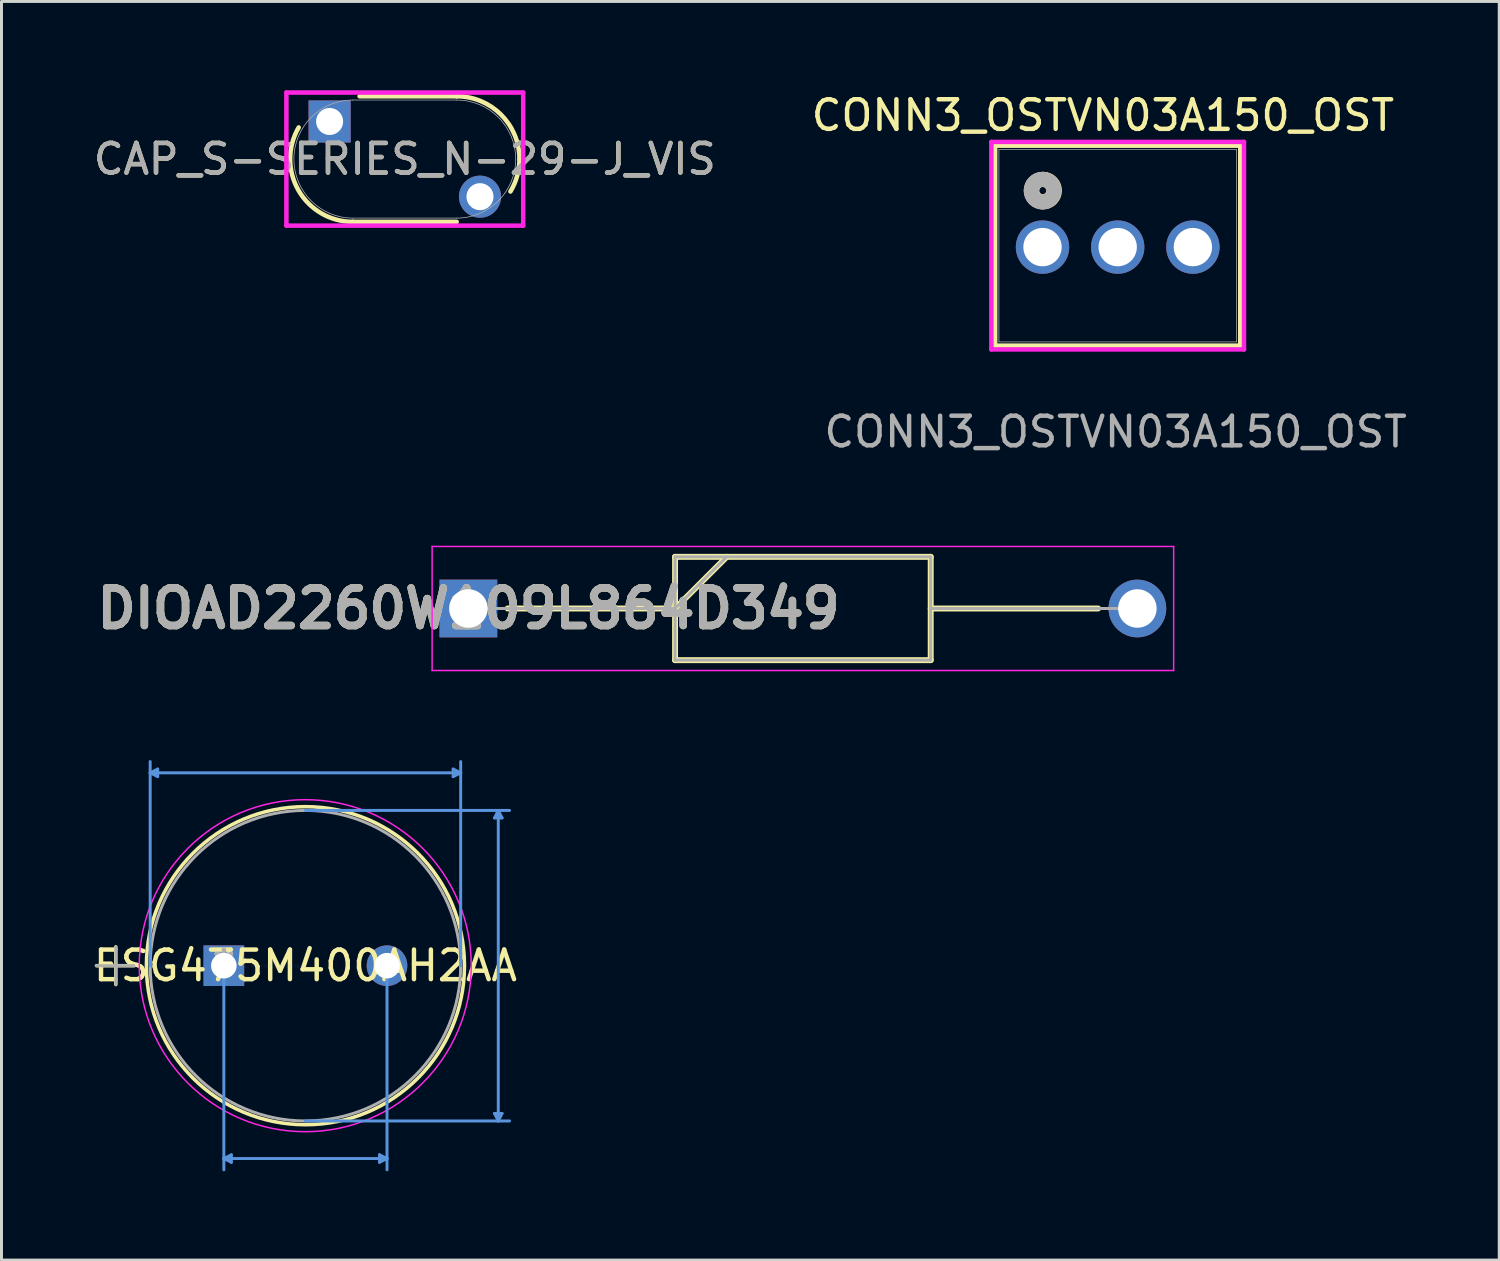
<source format=kicad_pcb>
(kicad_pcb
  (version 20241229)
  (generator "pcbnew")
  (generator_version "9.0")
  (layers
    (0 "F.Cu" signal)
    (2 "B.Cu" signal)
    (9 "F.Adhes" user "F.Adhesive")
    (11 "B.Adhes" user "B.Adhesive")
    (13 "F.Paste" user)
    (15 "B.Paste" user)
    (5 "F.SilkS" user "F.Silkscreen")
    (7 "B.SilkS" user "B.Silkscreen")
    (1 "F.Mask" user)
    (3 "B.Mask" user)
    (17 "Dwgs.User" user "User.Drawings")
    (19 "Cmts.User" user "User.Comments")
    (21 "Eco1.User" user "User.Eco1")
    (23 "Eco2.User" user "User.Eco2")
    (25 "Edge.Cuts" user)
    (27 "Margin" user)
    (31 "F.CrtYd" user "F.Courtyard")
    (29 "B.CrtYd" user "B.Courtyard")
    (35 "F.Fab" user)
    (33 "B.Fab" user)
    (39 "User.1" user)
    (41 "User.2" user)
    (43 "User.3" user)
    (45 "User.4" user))
  (footprint "CAP_S-SERIES_N-29-J_VIS"
    (layer "F.Cu")
    (at 10.625 2.324)
    (property "Reference" "CAP_S-SERIES_N-29-J_VIS" (at 0 0 0) (unlocked yes) (layer "F.SilkS") (effects (font (size 1 1) (thickness 0.15))))
    (attr through_hole)
    (fp_line (start -1.753 2.121) (end 1.753 2.121) (stroke (width 0.152) (type solid)) (layer "F.SilkS"))
    (fp_line (start -1.527 -2.121) (end 1.753 -2.121) (stroke (width 0.152) (type solid)) (layer "F.SilkS"))
    (fp_arc (start -1.7526 2.1209) (mid -3.592042 1.055779) (end -3.58394 -1.069771) (stroke (width 0.1524) (type solid)) (layer "F.SilkS"))
    (fp_arc (start 1.7526 -2.1209) (mid 3.252303 -1.499703) (end 3.8735 0) (stroke (width 0.1524) (type solid)) (layer "F.SilkS"))
    (fp_arc (start 3.8735 0) (mid 3.795989 0.568134) (end 3.569123 1.094742) (stroke (width 0.1524) (type solid)) (layer "F.SilkS"))
    (fp_line (start -4 -2.248) (end 4 -2.248) (stroke (width 0.152) (type solid)) (layer "F.CrtYd"))
    (fp_line (start -4 2.248) (end -4 -2.248) (stroke (width 0.152) (type solid)) (layer "F.CrtYd"))
    (fp_line (start 4 -2.248) (end 4 2.248) (stroke (width 0.152) (type solid)) (layer "F.CrtYd"))
    (fp_line (start 4 2.248) (end -4 2.248) (stroke (width 0.152) (type solid)) (layer "F.CrtYd"))
    (fp_line (start -1.753 -1.994) (end 1.753 -1.994) (stroke (width 0.025) (type solid)) (layer "F.Fab"))
    (fp_line (start -1.753 1.994) (end 1.753 1.994) (stroke (width 0.025) (type solid)) (layer "F.Fab"))
    (fp_arc (start -1.7526 1.9939) (mid -3.7465 0) (end -1.7526 -1.9939) (stroke (width 0.0254) (type solid)) (layer "F.Fab"))
    (fp_arc (start 1.7526 -1.9939) (mid 3.7465 0) (end 1.7526 1.9939) (stroke (width 0.0254) (type solid)) (layer "F.Fab"))
    (fp_text user "${REFERENCE}" (at 0 0 0) (unlocked yes) (layer "F.Fab") (effects (font (size 1 1) (thickness 0.15))))
    (pad "1" thru_hole rect (at -2.54 -1.27) (size 1.422 1.422) (drill 0.914) (layers "*.Cu" "*.Mask"))
    (pad "2" thru_hole circle (at 2.54 1.27) (size 1.422 1.422) (drill 0.914) (layers "*.Cu" "*.Mask")))
  (footprint "ESG475M400AH2AA"
    (layer "F.Cu")
    (at 4.512 29.573)
    (property "Reference" "ESG475M400AH2AA" (at 2.756 0 0) (layer "F.SilkS") (effects (font (size 1 1) (thickness 0.15))))
    (attr through_hole)
    (fp_line (start -4.3 0) (end -3.03 0) (stroke (width 0.12) (type solid)) (layer "F.SilkS"))
    (fp_line (start -3.65 -0.635) (end -3.65 0.635) (stroke (width 0.12) (type solid)) (layer "F.SilkS"))
    (fp_circle (center 2.756 0) (end 8.128 0) (stroke (width 0.12) (type solid)) (fill no) (layer "F.SilkS"))
    (fp_line (start -2.489 -6.515) (end -2.235 -6.642) (stroke (width 0.1) (type solid)) (layer "Cmts.User"))
    (fp_line (start -2.489 -6.515) (end -2.235 -6.388) (stroke (width 0.1) (type solid)) (layer "Cmts.User"))
    (fp_line (start -2.489 -6.515) (end 8.001 -6.515) (stroke (width 0.1) (type solid)) (layer "Cmts.User"))
    (fp_line (start -2.489 0) (end -2.489 -6.896) (stroke (width 0.1) (type solid)) (layer "Cmts.User"))
    (fp_line (start -2.235 -6.642) (end -2.235 -6.388) (stroke (width 0.1) (type solid)) (layer "Cmts.User"))
    (fp_line (start 0 0) (end 0 6.896) (stroke (width 0.1) (type solid)) (layer "Cmts.User"))
    (fp_line (start 0 6.515) (end 0.254 6.388) (stroke (width 0.1) (type solid)) (layer "Cmts.User"))
    (fp_line (start 0 6.515) (end 0.254 6.642) (stroke (width 0.1) (type solid)) (layer "Cmts.User"))
    (fp_line (start 0 6.515) (end 5.512 6.515) (stroke (width 0.1) (type solid)) (layer "Cmts.User"))
    (fp_line (start 0.254 6.388) (end 0.254 6.642) (stroke (width 0.1) (type solid)) (layer "Cmts.User"))
    (fp_line (start 2.756 -5.245) (end 9.652 -5.245) (stroke (width 0.1) (type solid)) (layer "Cmts.User"))
    (fp_line (start 2.756 5.245) (end 9.652 5.245) (stroke (width 0.1) (type solid)) (layer "Cmts.User"))
    (fp_line (start 5.258 6.388) (end 5.258 6.642) (stroke (width 0.1) (type solid)) (layer "Cmts.User"))
    (fp_line (start 5.512 0) (end 5.512 6.896) (stroke (width 0.1) (type solid)) (layer "Cmts.User"))
    (fp_line (start 5.512 6.515) (end 5.258 6.388) (stroke (width 0.1) (type solid)) (layer "Cmts.User"))
    (fp_line (start 5.512 6.515) (end 5.258 6.642) (stroke (width 0.1) (type solid)) (layer "Cmts.User"))
    (fp_line (start 7.747 -6.642) (end 7.747 -6.388) (stroke (width 0.1) (type solid)) (layer "Cmts.User"))
    (fp_line (start 8.001 -6.515) (end 7.747 -6.642) (stroke (width 0.1) (type solid)) (layer "Cmts.User"))
    (fp_line (start 8.001 -6.515) (end 7.747 -6.388) (stroke (width 0.1) (type solid)) (layer "Cmts.User"))
    (fp_line (start 8.001 0) (end 8.001 -6.896) (stroke (width 0.1) (type solid)) (layer "Cmts.User"))
    (fp_line (start 9.144 -4.991) (end 9.398 -4.991) (stroke (width 0.1) (type solid)) (layer "Cmts.User"))
    (fp_line (start 9.144 4.991) (end 9.398 4.991) (stroke (width 0.1) (type solid)) (layer "Cmts.User"))
    (fp_line (start 9.271 -5.245) (end 9.144 -4.991) (stroke (width 0.1) (type solid)) (layer "Cmts.User"))
    (fp_line (start 9.271 -5.245) (end 9.271 5.245) (stroke (width 0.1) (type solid)) (layer "Cmts.User"))
    (fp_line (start 9.271 -5.245) (end 9.398 -4.991) (stroke (width 0.1) (type solid)) (layer "Cmts.User"))
    (fp_line (start 9.271 5.245) (end 9.144 4.991) (stroke (width 0.1) (type solid)) (layer "Cmts.User"))
    (fp_line (start 9.271 5.245) (end 9.398 4.991) (stroke (width 0.1) (type solid)) (layer "Cmts.User"))
    (fp_circle (center 2.75 0) (end -2.85 0.3) (stroke (width 0.05) (type solid)) (fill no) (layer "F.CrtYd"))
    (fp_line (start -4.31 0) (end -3.04 0) (stroke (width 0.1) (type solid)) (layer "F.Fab"))
    (fp_line (start -3.65 -0.64) (end -3.65 0.63) (stroke (width 0.1) (type solid)) (layer "F.Fab"))
    (fp_circle (center 2.756 0) (end 8.001 0) (stroke (width 0.1) (type solid)) (fill no) (layer "F.Fab"))
    (fp_text user "*" (at 0 0 0) (layer "F.SilkS") (effects (font (size 1 1) (thickness 0.15))))
    (fp_text user "Copyright 2021 Accelerated Designs. All rights reserved." (at 0 0 0) (layer "Cmts.User") (effects (font (size 0.127 0.127) (thickness 0.002))))
    (fp_text user "*" (at 0 0 0) (layer "F.Fab") (effects (font (size 1 1) (thickness 0.15))))
    (pad "1" thru_hole rect (at 0 0) (size 1.372 1.372) (drill 0.864) (layers "*.Cu" "*.Mask"))
    (pad "2" thru_hole circle (at 5.512 0) (size 1.372 1.372) (drill 0.864) (layers "*.Cu" "*.Mask")))
  (footprint "DIOAD2260W109L864D349"
    (layer "F.Cu")
    (at 12.773 17.506)
    (property "Reference" "DIOAD2260W109L864D349" (at 0 0 0) (layer "F.SilkS") (effects (font (size 1.27 1.27) (thickness 0.254))))
    (attr through_hole)
    (fp_line (start 1.325 0) (end 6.982 0) (stroke (width 0.2) (type solid)) (layer "F.SilkS"))
    (fp_line (start 6.982 -1.745) (end 15.618 -1.745) (stroke (width 0.2) (type solid)) (layer "F.SilkS"))
    (fp_line (start 6.982 0) (end 8.728 -1.745) (stroke (width 0.2) (type solid)) (layer "F.SilkS"))
    (fp_line (start 6.982 1.745) (end 6.982 -1.745) (stroke (width 0.2) (type solid)) (layer "F.SilkS"))
    (fp_line (start 15.618 -1.745) (end 15.618 1.745) (stroke (width 0.2) (type solid)) (layer "F.SilkS"))
    (fp_line (start 15.618 0) (end 21.275 0) (stroke (width 0.2) (type solid)) (layer "F.SilkS"))
    (fp_line (start 15.618 1.745) (end 6.982 1.745) (stroke (width 0.2) (type solid)) (layer "F.SilkS"))
    (fp_line (start -1.225 -2.095) (end 23.825 -2.095) (stroke (width 0.05) (type solid)) (layer "F.CrtYd"))
    (fp_line (start -1.225 2.095) (end -1.225 -2.095) (stroke (width 0.05) (type solid)) (layer "F.CrtYd"))
    (fp_line (start 23.825 -2.095) (end 23.825 2.095) (stroke (width 0.05) (type solid)) (layer "F.CrtYd"))
    (fp_line (start 23.825 2.095) (end -1.225 2.095) (stroke (width 0.05) (type solid)) (layer "F.CrtYd"))
    (fp_line (start 0 0) (end 6.982 0) (stroke (width 0.1) (type solid)) (layer "F.Fab"))
    (fp_line (start 6.982 -1.745) (end 15.617 -1.745) (stroke (width 0.1) (type solid)) (layer "F.Fab"))
    (fp_line (start 6.982 0) (end 8.727 -1.745) (stroke (width 0.1) (type solid)) (layer "F.Fab"))
    (fp_line (start 6.982 1.745) (end 6.982 -1.745) (stroke (width 0.1) (type solid)) (layer "F.Fab"))
    (fp_line (start 15.617 -1.745) (end 15.617 1.745) (stroke (width 0.1) (type solid)) (layer "F.Fab"))
    (fp_line (start 15.617 1.745) (end 6.982 1.745) (stroke (width 0.1) (type solid)) (layer "F.Fab"))
    (fp_line (start 15.618 0) (end 22.6 0) (stroke (width 0.1) (type solid)) (layer "F.Fab"))
    (fp_text user "${REFERENCE}" (at 0 0 0) (layer "F.Fab") (effects (font (size 1.27 1.27) (thickness 0.254))))
    (pad "1" thru_hole rect (at 0 0) (size 1.95 1.95) (drill 1.3) (layers "*.Cu" "*.Mask"))
    (pad "2" thru_hole circle (at 22.6 0) (size 1.95 1.95) (drill 1.3) (layers "*.Cu" "*.Mask")))
  (footprint "CONN3_OSTVN03A150_OST"
    (layer "F.Cu")
    (at 32.168 5.298)
    (property "Reference" "CONN3_OSTVN03A150_OST" (at 2.04 -4.45 0) (unlocked yes) (layer "F.SilkS") (effects (font (size 1 1) (thickness 0.15))))
    (attr through_hole)
    (fp_line (start -1.6 -3.427) (end -1.6 3.329) (stroke (width 0.152) (type solid)) (layer "F.SilkS"))
    (fp_line (start -1.6 3.329) (end 6.68 3.329) (stroke (width 0.152) (type solid)) (layer "F.SilkS"))
    (fp_line (start 6.68 -3.427) (end -1.6 -3.427) (stroke (width 0.152) (type solid)) (layer "F.SilkS"))
    (fp_line (start 6.68 3.329) (end 6.68 -3.427) (stroke (width 0.152) (type solid)) (layer "F.SilkS"))
    (fp_circle (center 0.02 -1.91) (end 0.401 -1.91) (stroke (width 0.508) (type solid)) (fill no) (layer "F.SilkS"))
    (fp_circle (center 0 -1.91) (end 0.381 -1.91) (stroke (width 0.508) (type solid)) (fill no) (layer "B.SilkS"))
    (fp_line (start -1.727 -3.554) (end -1.727 3.456) (stroke (width 0.152) (type solid)) (layer "F.CrtYd"))
    (fp_line (start -1.727 3.456) (end 6.807 3.456) (stroke (width 0.152) (type solid)) (layer "F.CrtYd"))
    (fp_line (start 6.807 -3.554) (end -1.727 -3.554) (stroke (width 0.152) (type solid)) (layer "F.CrtYd"))
    (fp_line (start 6.807 3.456) (end 6.807 -3.554) (stroke (width 0.152) (type solid)) (layer "F.CrtYd"))
    (fp_line (start -1.473 -3.3) (end -1.473 3.202) (stroke (width 0.025) (type solid)) (layer "F.Fab"))
    (fp_line (start -1.473 3.202) (end 6.553 3.202) (stroke (width 0.025) (type solid)) (layer "F.Fab"))
    (fp_line (start 6.553 -3.3) (end -1.473 -3.3) (stroke (width 0.025) (type solid)) (layer "F.Fab"))
    (fp_line (start 6.553 3.202) (end 6.553 -3.3) (stroke (width 0.025) (type solid)) (layer "F.Fab"))
    (fp_circle (center 0 -1.905) (end 0.381 -1.905) (stroke (width 0.508) (type solid)) (fill no) (layer "F.Fab"))
    (fp_text user "${REFERENCE}" (at 2.47 6.24 0) (unlocked yes) (layer "F.Fab") (effects (font (size 1 1) (thickness 0.15))))
    (pad "1" thru_hole circle (at 0 0) (size 1.803 1.803) (drill 1.295) (layers "*.Cu" "*.Mask"))
    (pad "2" thru_hole circle (at 2.54 0) (size 1.803 1.803) (drill 1.295) (layers "*.Cu" "*.Mask"))
    (pad "3" thru_hole circle (at 5.08 0) (size 1.803 1.803) (drill 1.295) (layers "*.Cu" "*.Mask")))
  (gr_rect
    (start -3 -3)
    (end 47.597 39.519)
    (stroke (width 0.1) (type default))
    (fill no)
    (layer "Edge.Cuts")))
</source>
